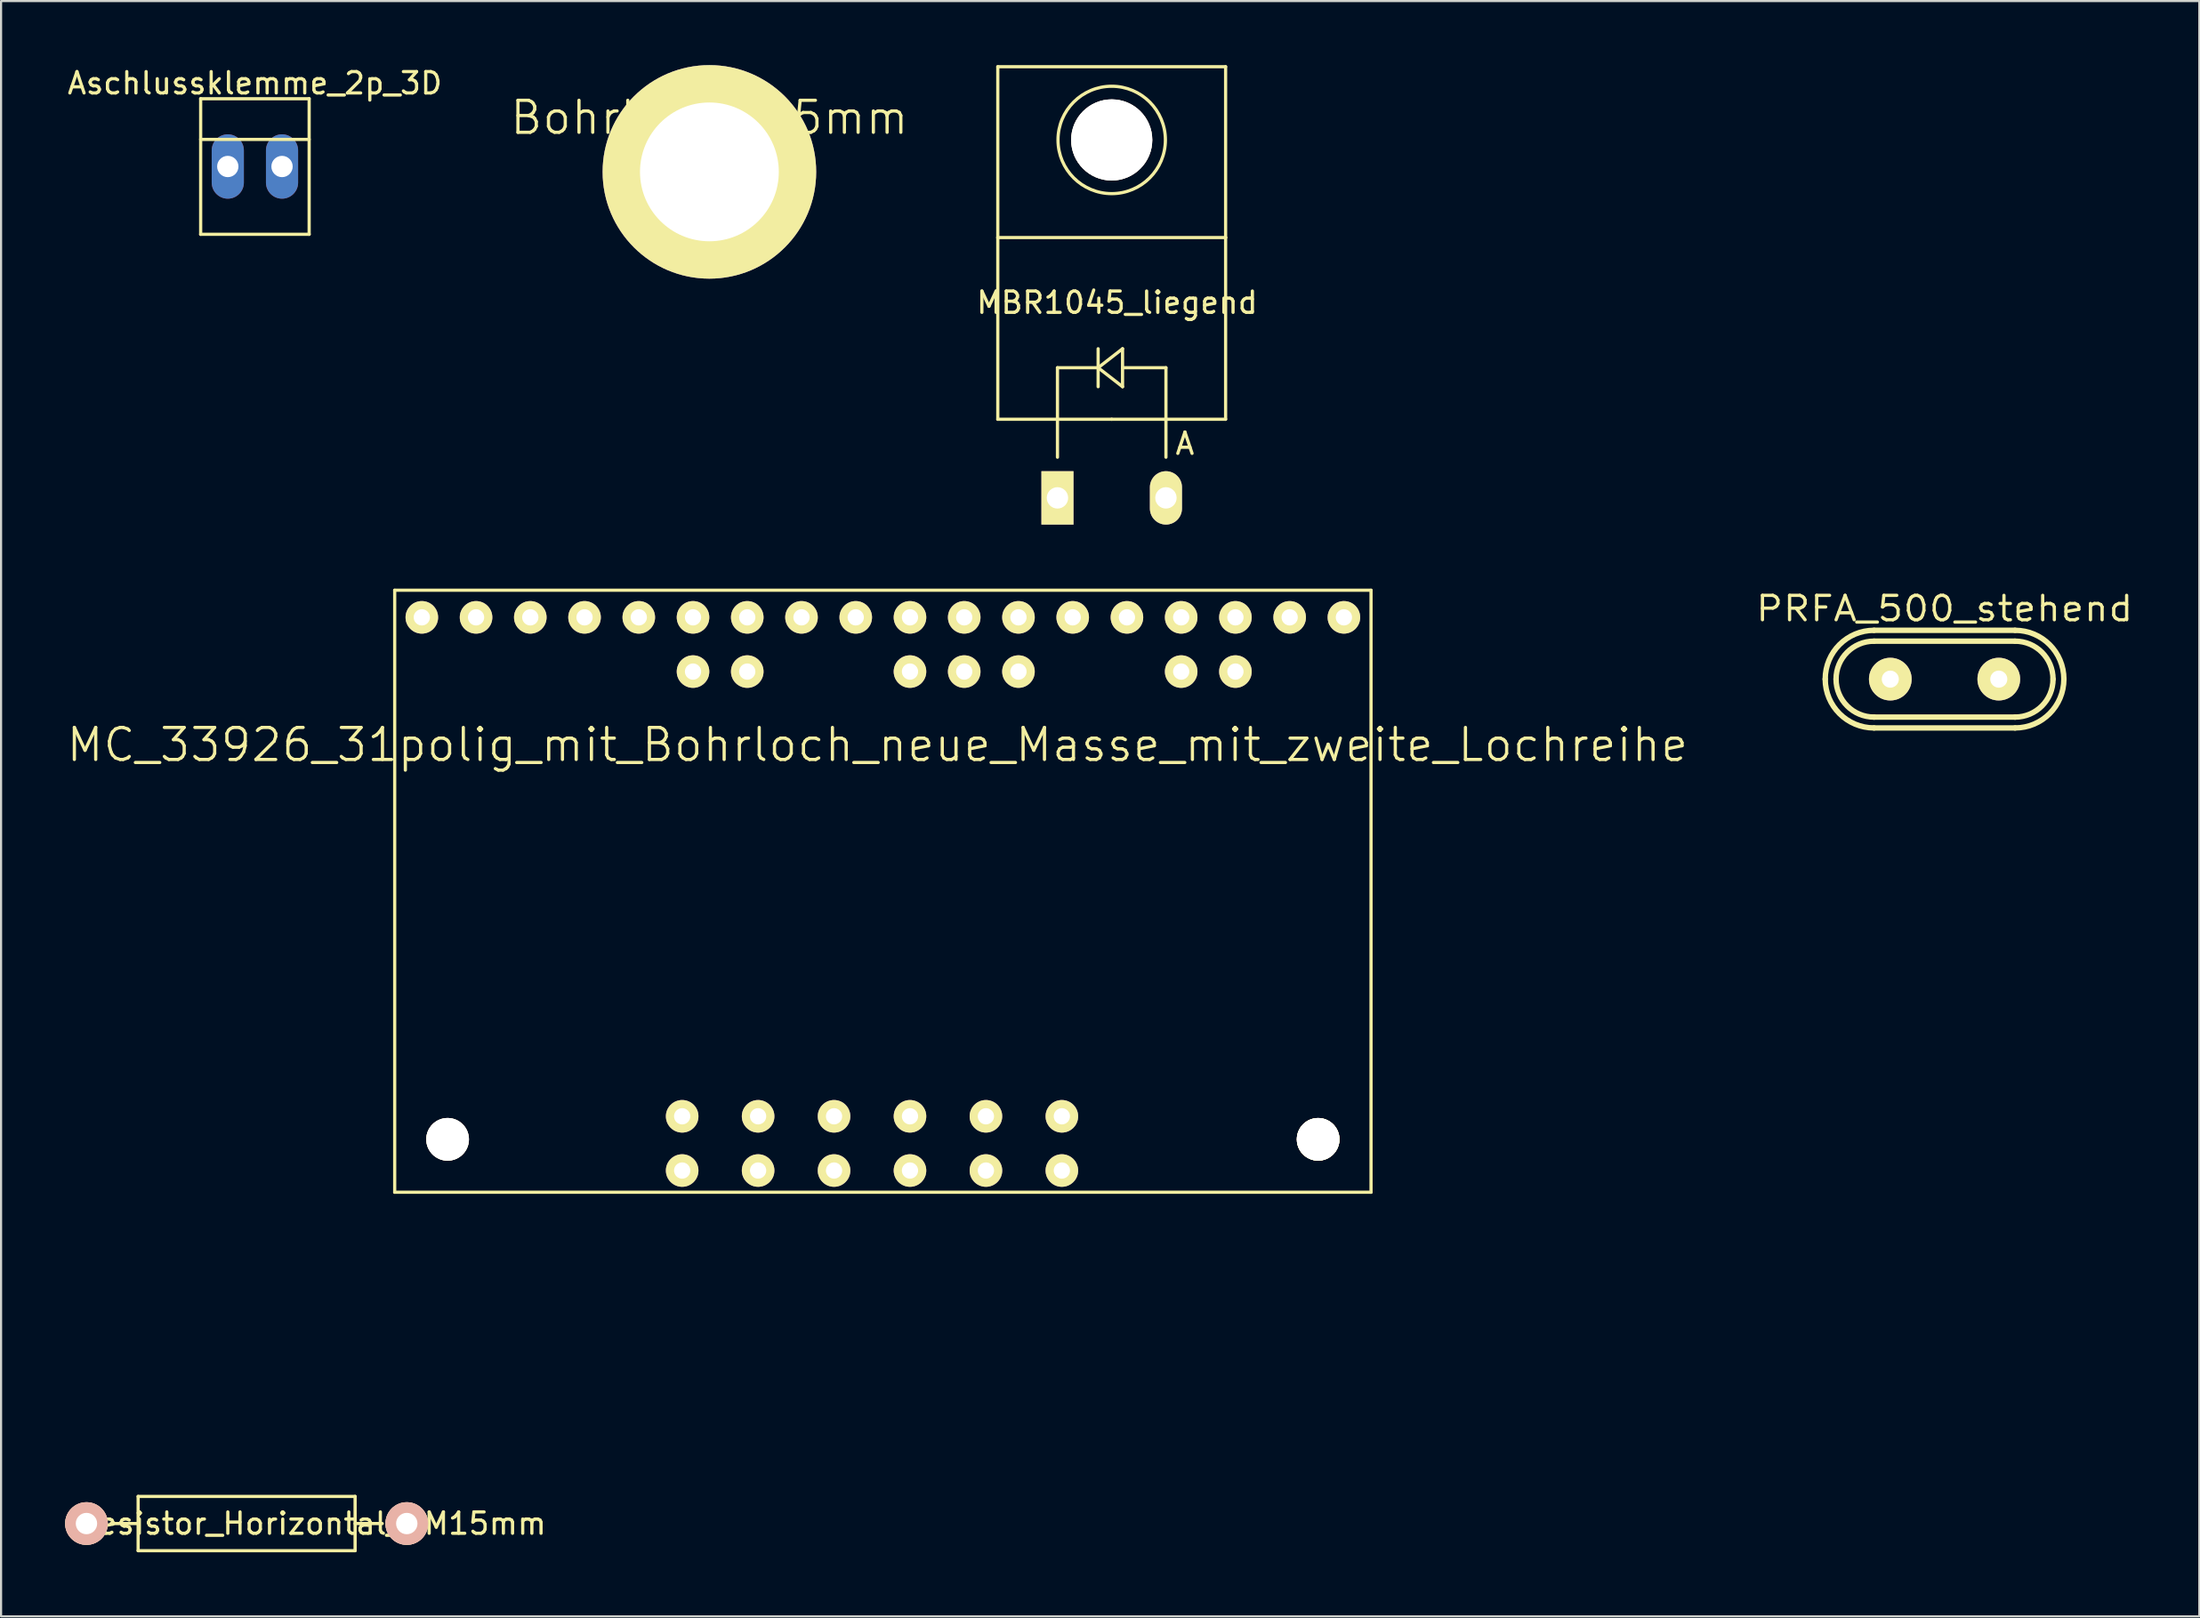
<source format=kicad_pcb>
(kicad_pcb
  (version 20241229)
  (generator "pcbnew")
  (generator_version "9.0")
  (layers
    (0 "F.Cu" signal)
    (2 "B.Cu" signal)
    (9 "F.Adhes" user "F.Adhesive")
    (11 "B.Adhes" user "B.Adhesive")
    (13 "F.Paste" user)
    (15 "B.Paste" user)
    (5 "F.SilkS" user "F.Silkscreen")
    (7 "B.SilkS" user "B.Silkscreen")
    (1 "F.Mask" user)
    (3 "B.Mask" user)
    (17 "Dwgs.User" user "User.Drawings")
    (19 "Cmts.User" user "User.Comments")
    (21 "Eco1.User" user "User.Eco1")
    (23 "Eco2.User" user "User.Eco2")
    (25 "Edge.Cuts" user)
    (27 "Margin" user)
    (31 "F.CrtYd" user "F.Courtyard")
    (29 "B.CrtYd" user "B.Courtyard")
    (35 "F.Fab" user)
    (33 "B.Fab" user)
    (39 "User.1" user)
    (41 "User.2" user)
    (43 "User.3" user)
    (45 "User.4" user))
  (footprint "Aschlussklemme_2p_3D"
    (layer "F.Cu")
    (at 8.887 4.748)
    (property "Reference" "Aschlussklemme_2p_3D" (at 0 -3.9 0) (layer "F.SilkS") (effects (font (size 1 1) (thickness 0.15))))
    (attr exclude_from_pos_files exclude_from_bom)
    (fp_line (start -2.54 -3.175) (end -2.54 3.175) (stroke (width 0.15) (type solid)) (layer "F.SilkS"))
    (fp_line (start -2.54 -3.175) (end 2.54 -3.175) (stroke (width 0.15) (type solid)) (layer "F.SilkS"))
    (fp_line (start 2.54 -3.175) (end 2.54 3.175) (stroke (width 0.15) (type solid)) (layer "F.SilkS"))
    (fp_line (start 2.54 -1.27) (end -2.54 -1.27) (stroke (width 0.15) (type solid)) (layer "F.SilkS"))
    (fp_line (start 2.54 3.175) (end -2.54 3.175) (stroke (width 0.15) (type solid)) (layer "F.SilkS"))
    (pad "1" thru_hole oval (at -1.27 0) (size 1.506 3.015) (drill 0.998) (layers "*.Cu" "*.Mask"))
    (pad "2" thru_hole oval (at 1.27 0) (size 1.506 3.015) (drill 0.998) (layers "*.Cu" "*.Mask")))
  (footprint "Resistor_Horizontal_RM15mm"
    (layer "F.Cu")
    (at 8.499 68.304)
    (property "Reference" "Resistor_Horizontal_RM15mm" (at 3.048 0 0) (layer "F.SilkS") (effects (font (size 1 1) (thickness 0.15))))
    (attr through_hole)
    (fp_line (start -6.35 0) (end -5.08 0) (stroke (width 0.15) (type solid)) (layer "F.SilkS"))
    (fp_line (start -5.08 -1.27) (end -5.08 1.27) (stroke (width 0.15) (type solid)) (layer "F.SilkS"))
    (fp_line (start -5.08 1.27) (end 5.08 1.27) (stroke (width 0.15) (type solid)) (layer "F.SilkS"))
    (fp_line (start 5.08 -1.27) (end -5.08 -1.27) (stroke (width 0.15) (type solid)) (layer "F.SilkS"))
    (fp_line (start 5.08 1.27) (end 5.08 -1.27) (stroke (width 0.15) (type solid)) (layer "F.SilkS"))
    (fp_line (start 6.35 0) (end 5.08 0) (stroke (width 0.15) (type solid)) (layer "F.SilkS"))
    (pad "1" thru_hole circle (at -7.5 0) (size 1.999 1.999) (drill 1.001) (layers "*.Cu" "*.SilkS" "*.Mask"))
    (pad "2" thru_hole circle (at 7.5 0) (size 1.999 1.999) (drill 1.001) (layers "*.Cu" "*.SilkS" "*.Mask")))
  (footprint "PRFA_500_stehend"
    (layer "F.Cu")
    (at 88.01 28.756)
    (property "Reference" "PRFA_500_stehend" (at 0 -3.302 0) (layer "F.SilkS") (effects (font (size 1.143 1.27) (thickness 0.152))))
    (attr through_hole)
    (fp_line (start -3.302 -2.286) (end 3.302 -2.286) (stroke (width 0.254) (type solid)) (layer "F.SilkS"))
    (fp_line (start -3.302 1.778) (end 3.302 1.778) (stroke (width 0.254) (type solid)) (layer "F.SilkS"))
    (fp_line (start 3.302 -1.778) (end -3.302 -1.778) (stroke (width 0.254) (type solid)) (layer "F.SilkS"))
    (fp_line (start 3.302 2.286) (end -3.302 2.286) (stroke (width 0.254) (type solid)) (layer "F.SilkS"))
    (fp_arc (start -5.588 0) (mid -4.918446 -1.616446) (end -3.302 -2.286) (stroke (width 0.254) (type solid)) (layer "F.SilkS"))
    (fp_arc (start -5.08 0) (mid -4.559236 -1.257236) (end -3.302 -1.778) (stroke (width 0.254) (type solid)) (layer "F.SilkS"))
    (fp_arc (start -3.302 1.778) (mid -4.559236 1.257236) (end -5.08 0) (stroke (width 0.254) (type solid)) (layer "F.SilkS"))
    (fp_arc (start -3.302 2.286) (mid -4.918446 1.616446) (end -5.588 0) (stroke (width 0.254) (type solid)) (layer "F.SilkS"))
    (fp_arc (start 3.302 -2.286) (mid 4.918446 -1.616446) (end 5.588 0) (stroke (width 0.254) (type solid)) (layer "F.SilkS"))
    (fp_arc (start 3.302 -1.778) (mid 4.559236 -1.257236) (end 5.08 0) (stroke (width 0.254) (type solid)) (layer "F.SilkS"))
    (fp_arc (start 5.08 0) (mid 4.559236 1.257236) (end 3.302 1.778) (stroke (width 0.254) (type solid)) (layer "F.SilkS"))
    (fp_arc (start 5.588 0) (mid 4.918446 1.616446) (end 3.302 2.286) (stroke (width 0.254) (type solid)) (layer "F.SilkS"))
    (pad "1" thru_hole circle (at -2.54 0) (size 1.999 1.999) (drill 0.8) (layers "*.Cu" "*.Mask" "F.SilkS"))
    (pad "2" thru_hole circle (at 2.54 0) (size 1.999 1.999) (drill 0.8) (layers "*.Cu" "*.Mask" "F.SilkS")))
  (footprint "MC_33926_31polig_mit_Bohrloch_neue_Masse_mit_zweite_Lochreihe"
    (layer "F.Cu")
    (at 11.623 63.709)
    (property "Reference" "MC_33926_31polig_mit_Bohrloch_neue_Masse_mit_zweite_Lochreihe" (at 26.416 -31.877 0) (layer "F.SilkS") (effects (font (size 1.5 1.5) (thickness 0.15))))
    (attr through_hole)
    (fp_line (start 3.81 -39.116) (end 49.53 -39.116) (stroke (width 0.15) (type solid)) (layer "F.SilkS"))
    (fp_line (start 3.81 -10.922) (end 3.81 -39.116) (stroke (width 0.15) (type solid)) (layer "F.SilkS"))
    (fp_line (start 49.53 -39.116) (end 49.53 -10.922) (stroke (width 0.15) (type solid)) (layer "F.SilkS"))
    (fp_line (start 49.53 -10.922) (end 3.81 -10.922) (stroke (width 0.15) (type solid)) (layer "F.SilkS"))
    (fp_circle (center 6.287 -13.399) (end 7.048 -13.906) (stroke (width 0.15) (type solid)) (fill no) (layer "F.SilkS"))
    (fp_circle (center 17.78 -35.306) (end 17.907 -35.052) (stroke (width 0.15) (type solid)) (fill no) (layer "F.SilkS"))
    (fp_circle (center 20.32 -35.306) (end 20.447 -35.052) (stroke (width 0.15) (type solid)) (fill no) (layer "F.SilkS"))
    (fp_circle (center 27.94 -35.306) (end 28.067 -35.052) (stroke (width 0.15) (type solid)) (fill no) (layer "F.SilkS"))
    (fp_circle (center 30.48 -35.306) (end 30.607 -35.052) (stroke (width 0.15) (type solid)) (fill no) (layer "F.SilkS"))
    (fp_circle (center 33.02 -35.306) (end 33.147 -35.052) (stroke (width 0.15) (type solid)) (fill no) (layer "F.SilkS"))
    (fp_circle (center 40.64 -35.306) (end 40.767 -35.052) (stroke (width 0.15) (type solid)) (fill no) (layer "F.SilkS"))
    (fp_circle (center 43.18 -35.306) (end 43.434 -35.179) (stroke (width 0.15) (type solid)) (fill no) (layer "F.SilkS"))
    (fp_circle (center 47.053 -13.399) (end 47.816 -13.906) (stroke (width 0.15) (type solid)) (fill no) (layer "F.SilkS"))
    (fp_circle (center 47.053 -13.399) (end 47.816 -13.906) (stroke (width 0.15) (type solid)) (fill no) (layer "F.SilkS"))
    (fp_circle (center 47.053 -13.399) (end 47.816 -13.906) (stroke (width 0.15) (type solid)) (fill no) (layer "F.SilkS"))
    (fp_circle (center 47.053 -13.399) (end 47.816 -13.906) (stroke (width 0.15) (type solid)) (fill no) (layer "F.SilkS"))
    (pad "1" thru_hole circle (at 5.08 -37.846) (size 1.524 1.524) (drill 0.762) (layers "*.Cu" "*.Mask" "F.SilkS"))
    (pad "2" thru_hole circle (at 7.62 -37.846) (size 1.524 1.524) (drill 0.762) (layers "*.Cu" "*.Mask" "F.SilkS"))
    (pad "3" thru_hole circle (at 10.16 -37.846) (size 1.524 1.524) (drill 0.762) (layers "*.Cu" "*.Mask" "F.SilkS"))
    (pad "4" thru_hole circle (at 12.7 -37.846) (size 1.524 1.524) (drill 0.762) (layers "*.Cu" "*.Mask" "F.SilkS"))
    (pad "5" thru_hole circle (at 15.24 -37.846) (size 1.524 1.524) (drill 0.762) (layers "*.Cu" "*.Mask" "F.SilkS"))
    (pad "6" thru_hole circle (at 17.78 -37.846) (size 1.524 1.524) (drill 0.762) (layers "*.Cu" "*.Mask" "F.SilkS"))
    (pad "7" thru_hole circle (at 20.32 -37.846) (size 1.524 1.524) (drill 0.762) (layers "*.Cu" "*.Mask" "F.SilkS"))
    (pad "8" thru_hole circle (at 22.86 -37.846) (size 1.524 1.524) (drill 0.762) (layers "*.Cu" "*.Mask" "F.SilkS"))
    (pad "9" thru_hole circle (at 25.4 -37.846) (size 1.524 1.524) (drill 0.762) (layers "*.Cu" "*.Mask" "F.SilkS"))
    (pad "10" thru_hole circle (at 27.94 -37.846) (size 1.524 1.524) (drill 0.762) (layers "*.Cu" "*.Mask" "F.SilkS"))
    (pad "11" thru_hole circle (at 30.48 -37.846) (size 1.524 1.524) (drill 0.762) (layers "*.Cu" "*.Mask" "F.SilkS"))
    (pad "12" thru_hole circle (at 33.02 -37.846) (size 1.524 1.524) (drill 0.762) (layers "*.Cu" "*.Mask" "F.SilkS"))
    (pad "13" thru_hole circle (at 35.56 -37.846) (size 1.524 1.524) (drill 0.762) (layers "*.Cu" "*.Mask" "F.SilkS"))
    (pad "14" thru_hole circle (at 38.1 -37.846) (size 1.524 1.524) (drill 0.762) (layers "*.Cu" "*.Mask" "F.SilkS"))
    (pad "15" thru_hole circle (at 40.64 -37.846) (size 1.524 1.524) (drill 0.762) (layers "*.Cu" "*.Mask" "F.SilkS"))
    (pad "16" thru_hole circle (at 43.18 -37.846) (size 1.524 1.524) (drill 0.762) (layers "*.Cu" "*.Mask" "F.SilkS"))
    (pad "17" thru_hole circle (at 45.72 -37.846) (size 1.524 1.524) (drill 0.762) (layers "*.Cu" "*.Mask" "F.SilkS"))
    (pad "18" thru_hole circle (at 48.26 -37.846) (size 1.524 1.524) (drill 0.762) (layers "*.Cu" "*.Mask" "F.SilkS"))
    (pad "19" thru_hole circle (at 17.272 -14.478) (size 1.524 1.524) (drill 0.762) (layers "*.Cu" "*.Mask" "F.SilkS"))
    (pad "19" thru_hole circle (at 17.272 -11.938) (size 1.524 1.524) (drill 0.762) (layers "*.Cu" "*.Mask" "F.SilkS"))
    (pad "20" thru_hole circle (at 20.828 -14.478) (size 1.524 1.524) (drill 0.762) (layers "*.Cu" "*.Mask" "F.SilkS"))
    (pad "20" thru_hole circle (at 20.828 -11.938) (size 1.524 1.524) (drill 0.762) (layers "*.Cu" "*.Mask" "F.SilkS"))
    (pad "21" thru_hole circle (at 24.384 -14.478) (size 1.524 1.524) (drill 0.762) (layers "*.Cu" "*.Mask" "F.SilkS"))
    (pad "21" thru_hole circle (at 24.384 -11.938) (size 1.524 1.524) (drill 0.762) (layers "*.Cu" "*.Mask" "F.SilkS"))
    (pad "22" thru_hole circle (at 27.94 -14.478) (size 1.524 1.524) (drill 0.762) (layers "*.Cu" "*.Mask" "F.SilkS"))
    (pad "22" thru_hole circle (at 27.94 -11.938) (size 1.524 1.524) (drill 0.762) (layers "*.Cu" "*.Mask" "F.SilkS"))
    (pad "23" thru_hole circle (at 31.496 -14.478) (size 1.524 1.524) (drill 0.762) (layers "*.Cu" "*.Mask" "F.SilkS"))
    (pad "23" thru_hole circle (at 31.496 -11.938) (size 1.524 1.524) (drill 0.762) (layers "*.Cu" "*.Mask" "F.SilkS"))
    (pad "24" thru_hole circle (at 35.052 -14.478) (size 1.524 1.524) (drill 0.762) (layers "*.Cu" "*.Mask" "F.SilkS"))
    (pad "24" thru_hole circle (at 35.052 -11.938) (size 1.524 1.524) (drill 0.762) (layers "*.Cu" "*.Mask" "F.SilkS"))
    (pad "25" thru_hole circle (at 17.78 -35.306) (size 1.524 1.524) (drill 0.762) (layers "*.Cu" "*.Mask" "F.SilkS"))
    (pad "26" thru_hole circle (at 20.32 -35.306) (size 1.524 1.524) (drill 0.762) (layers "*.Cu" "*.Mask" "F.SilkS"))
    (pad "27" thru_hole circle (at 27.94 -35.306) (size 1.524 1.524) (drill 0.762) (layers "*.Cu" "*.Mask" "F.SilkS"))
    (pad "28" thru_hole circle (at 30.48 -35.306) (size 1.524 1.524) (drill 0.762) (layers "*.Cu" "*.Mask" "F.SilkS"))
    (pad "29" thru_hole circle (at 33.02 -35.306) (size 1.524 1.524) (drill 0.762) (layers "*.Cu" "*.Mask" "F.SilkS"))
    (pad "30" thru_hole circle (at 40.64 -35.306) (size 1.524 1.524) (drill 0.762) (layers "*.Cu" "*.Mask" "F.SilkS"))
    (pad "31" thru_hole circle (at 43.18 -35.306) (size 1.524 1.524) (drill 0.762) (layers "*.Cu" "*.Mask" "F.SilkS"))
    (pad "~" thru_hole circle (at 6.287 -13.399) (size 2 2) (drill 2) (layers "*.Cu" "*.Mask" "F.SilkS"))
    (pad "~" thru_hole circle (at 47.053 -13.399) (size 2 2) (drill 2) (layers "*.Cu" "*.Mask" "F.SilkS")))
  (footprint "MBR1045_liegend"
    (layer "F.Cu")
    (at 49.009 20.268)
    (property "Reference" "MBR1045_liegend" (at 0.254 -9.144 0) (layer "F.SilkS") (effects (font (size 1 1) (thickness 0.15))))
    (attr through_hole)
    (fp_line (start -5.334 -20.193) (end -5.334 -12.192) (stroke (width 0.15) (type solid)) (layer "F.SilkS"))
    (fp_line (start -5.334 -12.192) (end -5.334 -3.683) (stroke (width 0.15) (type solid)) (layer "F.SilkS"))
    (fp_line (start -2.54 -6.096) (end -2.54 -3.683) (stroke (width 0.15) (type solid)) (layer "F.SilkS"))
    (fp_line (start -2.54 -3.683) (end -2.54 -1.905) (stroke (width 0.15) (type solid)) (layer "F.SilkS"))
    (fp_line (start -0.635 -6.985) (end -0.635 -5.207) (stroke (width 0.15) (type solid)) (layer "F.SilkS"))
    (fp_line (start -0.635 -6.096) (end -2.54 -6.096) (stroke (width 0.15) (type solid)) (layer "F.SilkS"))
    (fp_line (start -0.635 -6.096) (end 0.508 -6.985) (stroke (width 0.15) (type solid)) (layer "F.SilkS"))
    (fp_line (start 0 -3.683) (end -5.334 -3.683) (stroke (width 0.15) (type solid)) (layer "F.SilkS"))
    (fp_line (start 0 -3.683) (end 5.334 -3.683) (stroke (width 0.15) (type solid)) (layer "F.SilkS"))
    (fp_line (start 0.508 -6.985) (end 0.508 -5.207) (stroke (width 0.15) (type solid)) (layer "F.SilkS"))
    (fp_line (start 0.508 -6.096) (end 2.54 -6.096) (stroke (width 0.15) (type solid)) (layer "F.SilkS"))
    (fp_line (start 0.508 -5.207) (end -0.635 -6.096) (stroke (width 0.15) (type solid)) (layer "F.SilkS"))
    (fp_line (start 2.54 -6.096) (end 2.54 -3.683) (stroke (width 0.15) (type solid)) (layer "F.SilkS"))
    (fp_line (start 2.54 -3.683) (end 2.54 -1.905) (stroke (width 0.15) (type solid)) (layer "F.SilkS"))
    (fp_line (start 5.334 -20.193) (end -5.334 -20.193) (stroke (width 0.15) (type solid)) (layer "F.SilkS"))
    (fp_line (start 5.334 -12.192) (end -5.334 -12.192) (stroke (width 0.15) (type solid)) (layer "F.SilkS"))
    (fp_line (start 5.334 -12.192) (end 5.334 -20.193) (stroke (width 0.15) (type solid)) (layer "F.SilkS"))
    (fp_line (start 5.334 -3.683) (end 5.334 -12.192) (stroke (width 0.15) (type solid)) (layer "F.SilkS"))
    (fp_circle (center 0 -16.764) (end 1.778 -14.986) (stroke (width 0.15) (type solid)) (fill no) (layer "F.SilkS"))
    (fp_text user "A" (at 3.429 -2.54 0) (layer "F.SilkS") (effects (font (size 1 1) (thickness 0.15))))
    (pad "1" thru_hole oval (at 2.54 0 90) (size 2.499 1.501) (drill 1.001) (layers "*.Cu" "*.Mask" "F.SilkS"))
    (pad "2" thru_hole rect (at -2.54 0 90) (size 2.499 1.501) (drill 1.001) (layers "*.Cu" "*.Mask" "F.SilkS"))
    (pad "3" thru_hole circle (at 0 -16.764 90) (size 3.8 3.8) (drill 3.8) (layers "*.Cu" "*.Mask" "F.SilkS")))
  (footprint "Bohrloch_6,5mm"
    (layer "F.Cu")
    (at 30.17 5)
    (property "Reference" "Bohrloch_6,5mm" (at 0 -2.54 0) (layer "F.SilkS") (effects (font (size 1.5 1.5) (thickness 0.15))))
    (attr through_hole)
    (pad "1" thru_hole circle (at 0 0) (size 10 10) (drill 6.5) (layers "*.Cu" "*.Mask" "F.SilkS")))
  (gr_rect
    (start -3 -3)
    (end 99.941 72.649)
    (stroke (width 0.1) (type default))
    (fill no)
    (layer "Edge.Cuts")))
</source>
